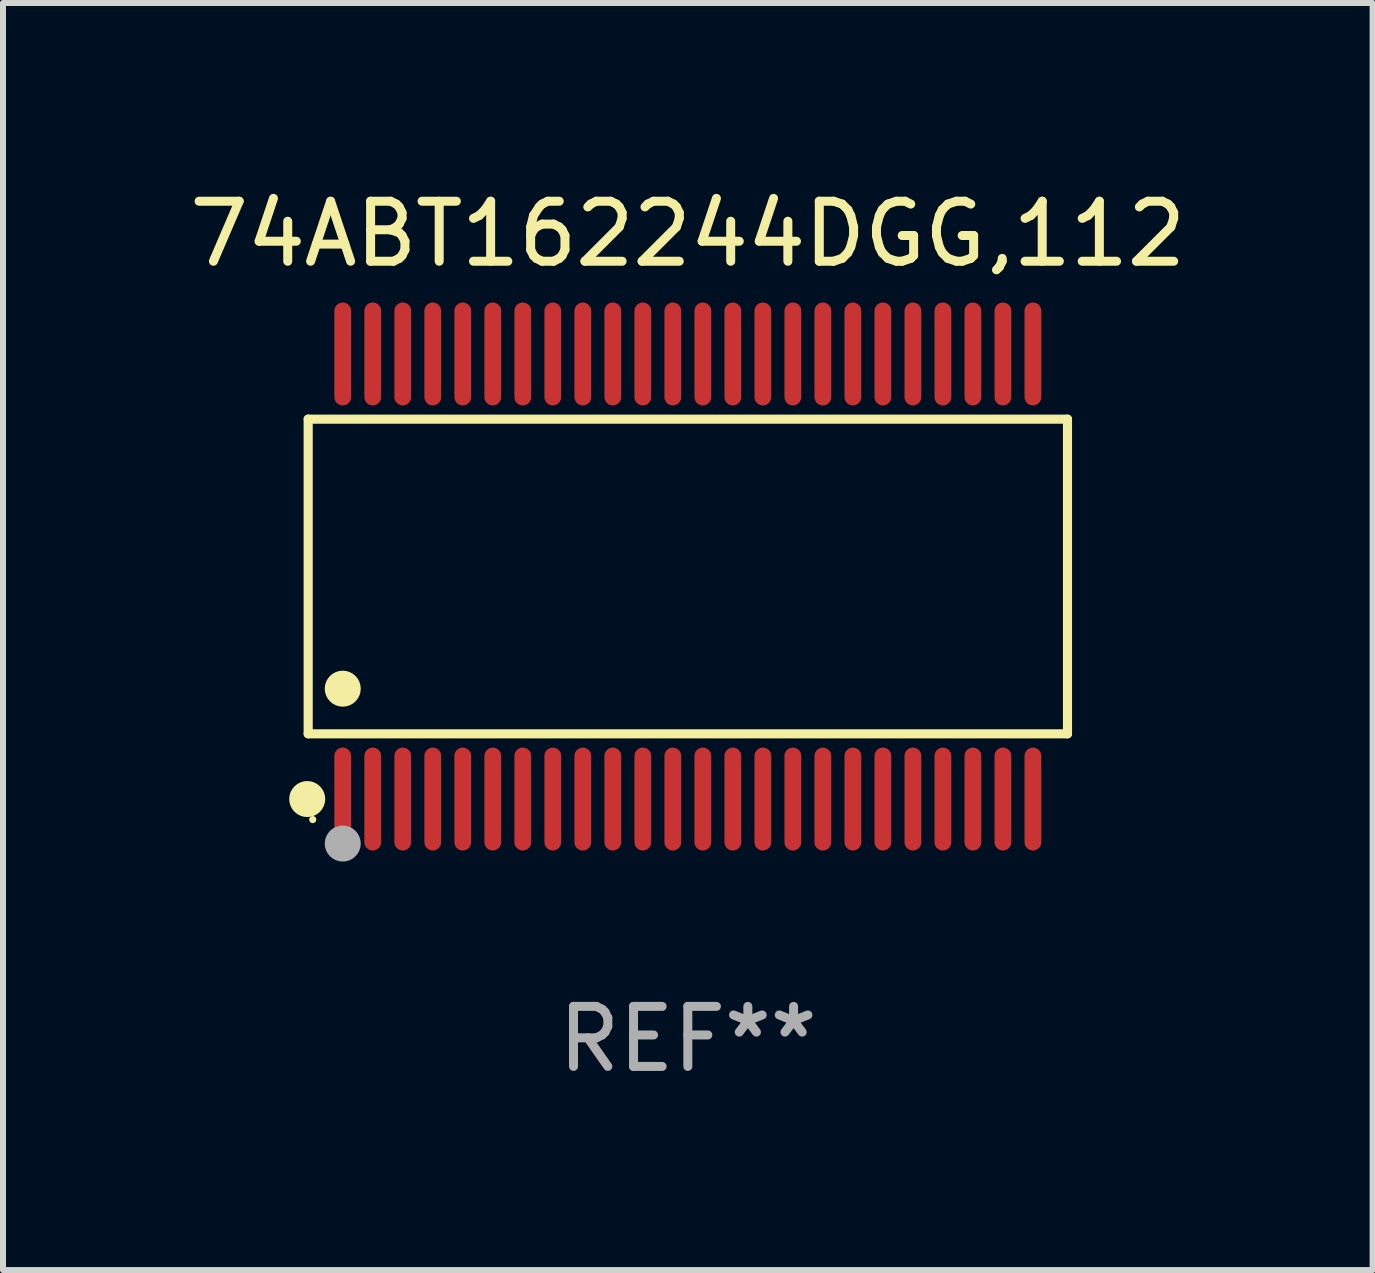
<source format=kicad_pcb>
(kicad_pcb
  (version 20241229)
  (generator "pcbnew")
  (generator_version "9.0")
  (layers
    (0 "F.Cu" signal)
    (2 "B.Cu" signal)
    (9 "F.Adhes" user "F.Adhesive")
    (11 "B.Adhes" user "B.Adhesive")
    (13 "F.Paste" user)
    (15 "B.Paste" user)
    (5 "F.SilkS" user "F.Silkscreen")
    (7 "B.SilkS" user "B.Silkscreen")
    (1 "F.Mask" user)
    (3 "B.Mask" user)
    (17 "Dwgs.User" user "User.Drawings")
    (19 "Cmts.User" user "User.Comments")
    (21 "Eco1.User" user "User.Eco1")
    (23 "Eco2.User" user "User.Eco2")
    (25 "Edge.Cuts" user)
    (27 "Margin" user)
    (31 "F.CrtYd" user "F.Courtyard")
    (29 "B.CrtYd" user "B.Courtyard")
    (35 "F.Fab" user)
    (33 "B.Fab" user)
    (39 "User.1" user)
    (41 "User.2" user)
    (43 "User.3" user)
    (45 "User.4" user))
  (footprint "74ABT162244DGG,112"
    (layer "F.Cu")
    (at 8.411 6.556)
    (property "Reference" "74ABT162244DGG,112" (at 0 -5.708 0) (layer "F.SilkS") (effects (font (size 1 1) (thickness 0.15))))
    (attr through_hole)
    (fp_line (start -6.326 -2.622) (end 6.326 -2.622) (stroke (width 0.152) (type solid)) (layer "F.SilkS"))
    (fp_line (start -6.326 2.621) (end -6.326 -2.622) (stroke (width 0.152) (type solid)) (layer "F.SilkS"))
    (fp_line (start 6.326 -2.622) (end 6.326 2.621) (stroke (width 0.152) (type solid)) (layer "F.SilkS"))
    (fp_line (start 6.326 2.621) (end -6.326 2.621) (stroke (width 0.152) (type solid)) (layer "F.SilkS"))
    (fp_circle (center -6.342 3.708) (end -6.192 3.708) (stroke (width 0.3) (type solid)) (fill no) (layer "F.SilkS"))
    (fp_circle (center -6.25 4.05) (end -6.22 4.05) (stroke (width 0.06) (type solid)) (fill no) (layer "F.SilkS"))
    (fp_circle (center -5.75 1.869) (end -5.6 1.869) (stroke (width 0.3) (type solid)) (fill no) (layer "F.SilkS"))
    (fp_circle (center -5.75 4.45) (end -5.6 4.45) (stroke (width 0.3) (type solid)) (fill no) (layer "F.Fab"))
    (fp_text user "REF**" (at 0 7.708 0) (layer "F.Fab") (effects (font (size 1 1) (thickness 0.15))))
    (pad "1" smd oval (at -5.75 3.708) (size 0.28 1.715) (layers "F.Cu" "F.Mask" "F.Paste"))
    (pad "2" smd oval (at -5.25 3.708) (size 0.28 1.715) (layers "F.Cu" "F.Mask" "F.Paste"))
    (pad "3" smd oval (at -4.75 3.708) (size 0.28 1.715) (layers "F.Cu" "F.Mask" "F.Paste"))
    (pad "4" smd oval (at -4.25 3.708) (size 0.28 1.715) (layers "F.Cu" "F.Mask" "F.Paste"))
    (pad "5" smd oval (at -3.75 3.708) (size 0.28 1.715) (layers "F.Cu" "F.Mask" "F.Paste"))
    (pad "6" smd oval (at -3.25 3.708) (size 0.28 1.715) (layers "F.Cu" "F.Mask" "F.Paste"))
    (pad "7" smd oval (at -2.75 3.708) (size 0.28 1.715) (layers "F.Cu" "F.Mask" "F.Paste"))
    (pad "8" smd oval (at -2.25 3.708) (size 0.28 1.715) (layers "F.Cu" "F.Mask" "F.Paste"))
    (pad "9" smd oval (at -1.75 3.708) (size 0.28 1.715) (layers "F.Cu" "F.Mask" "F.Paste"))
    (pad "10" smd oval (at -1.25 3.708) (size 0.28 1.715) (layers "F.Cu" "F.Mask" "F.Paste"))
    (pad "11" smd oval (at -0.75 3.708) (size 0.28 1.715) (layers "F.Cu" "F.Mask" "F.Paste"))
    (pad "12" smd oval (at -0.25 3.708) (size 0.28 1.715) (layers "F.Cu" "F.Mask" "F.Paste"))
    (pad "13" smd oval (at 0.25 3.708) (size 0.28 1.715) (layers "F.Cu" "F.Mask" "F.Paste"))
    (pad "14" smd oval (at 0.75 3.708) (size 0.28 1.715) (layers "F.Cu" "F.Mask" "F.Paste"))
    (pad "15" smd oval (at 1.25 3.708) (size 0.28 1.715) (layers "F.Cu" "F.Mask" "F.Paste"))
    (pad "16" smd oval (at 1.75 3.708) (size 0.28 1.715) (layers "F.Cu" "F.Mask" "F.Paste"))
    (pad "17" smd oval (at 2.25 3.708) (size 0.28 1.715) (layers "F.Cu" "F.Mask" "F.Paste"))
    (pad "18" smd oval (at 2.75 3.708) (size 0.28 1.715) (layers "F.Cu" "F.Mask" "F.Paste"))
    (pad "19" smd oval (at 3.25 3.708) (size 0.28 1.715) (layers "F.Cu" "F.Mask" "F.Paste"))
    (pad "20" smd oval (at 3.75 3.708) (size 0.28 1.715) (layers "F.Cu" "F.Mask" "F.Paste"))
    (pad "21" smd oval (at 4.25 3.708) (size 0.28 1.715) (layers "F.Cu" "F.Mask" "F.Paste"))
    (pad "22" smd oval (at 4.75 3.708) (size 0.28 1.715) (layers "F.Cu" "F.Mask" "F.Paste"))
    (pad "23" smd oval (at 5.25 3.708) (size 0.28 1.715) (layers "F.Cu" "F.Mask" "F.Paste"))
    (pad "24" smd oval (at 5.75 3.708) (size 0.28 1.715) (layers "F.Cu" "F.Mask" "F.Paste"))
    (pad "25" smd oval (at 5.75 -3.708) (size 0.28 1.715) (layers "F.Cu" "F.Mask" "F.Paste"))
    (pad "26" smd oval (at 5.25 -3.708) (size 0.28 1.715) (layers "F.Cu" "F.Mask" "F.Paste"))
    (pad "27" smd oval (at 4.75 -3.708) (size 0.28 1.715) (layers "F.Cu" "F.Mask" "F.Paste"))
    (pad "28" smd oval (at 4.25 -3.708) (size 0.28 1.715) (layers "F.Cu" "F.Mask" "F.Paste"))
    (pad "29" smd oval (at 3.75 -3.708) (size 0.28 1.715) (layers "F.Cu" "F.Mask" "F.Paste"))
    (pad "30" smd oval (at 3.25 -3.708) (size 0.28 1.715) (layers "F.Cu" "F.Mask" "F.Paste"))
    (pad "31" smd oval (at 2.75 -3.708) (size 0.28 1.715) (layers "F.Cu" "F.Mask" "F.Paste"))
    (pad "32" smd oval (at 2.25 -3.708) (size 0.28 1.715) (layers "F.Cu" "F.Mask" "F.Paste"))
    (pad "33" smd oval (at 1.75 -3.708) (size 0.28 1.715) (layers "F.Cu" "F.Mask" "F.Paste"))
    (pad "34" smd oval (at 1.25 -3.708) (size 0.28 1.715) (layers "F.Cu" "F.Mask" "F.Paste"))
    (pad "35" smd oval (at 0.75 -3.708) (size 0.28 1.715) (layers "F.Cu" "F.Mask" "F.Paste"))
    (pad "36" smd oval (at 0.25 -3.708) (size 0.28 1.715) (layers "F.Cu" "F.Mask" "F.Paste"))
    (pad "37" smd oval (at -0.25 -3.708) (size 0.28 1.715) (layers "F.Cu" "F.Mask" "F.Paste"))
    (pad "38" smd oval (at -0.75 -3.708) (size 0.28 1.715) (layers "F.Cu" "F.Mask" "F.Paste"))
    (pad "39" smd oval (at -1.25 -3.708) (size 0.28 1.715) (layers "F.Cu" "F.Mask" "F.Paste"))
    (pad "40" smd oval (at -1.75 -3.708) (size 0.28 1.715) (layers "F.Cu" "F.Mask" "F.Paste"))
    (pad "41" smd oval (at -2.25 -3.708) (size 0.28 1.715) (layers "F.Cu" "F.Mask" "F.Paste"))
    (pad "42" smd oval (at -2.75 -3.708) (size 0.28 1.715) (layers "F.Cu" "F.Mask" "F.Paste"))
    (pad "43" smd oval (at -3.25 -3.708) (size 0.28 1.715) (layers "F.Cu" "F.Mask" "F.Paste"))
    (pad "44" smd oval (at -3.75 -3.708) (size 0.28 1.715) (layers "F.Cu" "F.Mask" "F.Paste"))
    (pad "45" smd oval (at -4.25 -3.708) (size 0.28 1.715) (layers "F.Cu" "F.Mask" "F.Paste"))
    (pad "46" smd oval (at -4.75 -3.708) (size 0.28 1.715) (layers "F.Cu" "F.Mask" "F.Paste"))
    (pad "47" smd oval (at -5.25 -3.708) (size 0.28 1.715) (layers "F.Cu" "F.Mask" "F.Paste"))
    (pad "48" smd oval (at -5.75 -3.708) (size 0.28 1.715) (layers "F.Cu" "F.Mask" "F.Paste")))
  (gr_rect
    (start -3 -3)
    (end 19.821 18.112)
    (stroke (width 0.1) (type default))
    (fill no)
    (layer "Edge.Cuts")))
</source>
